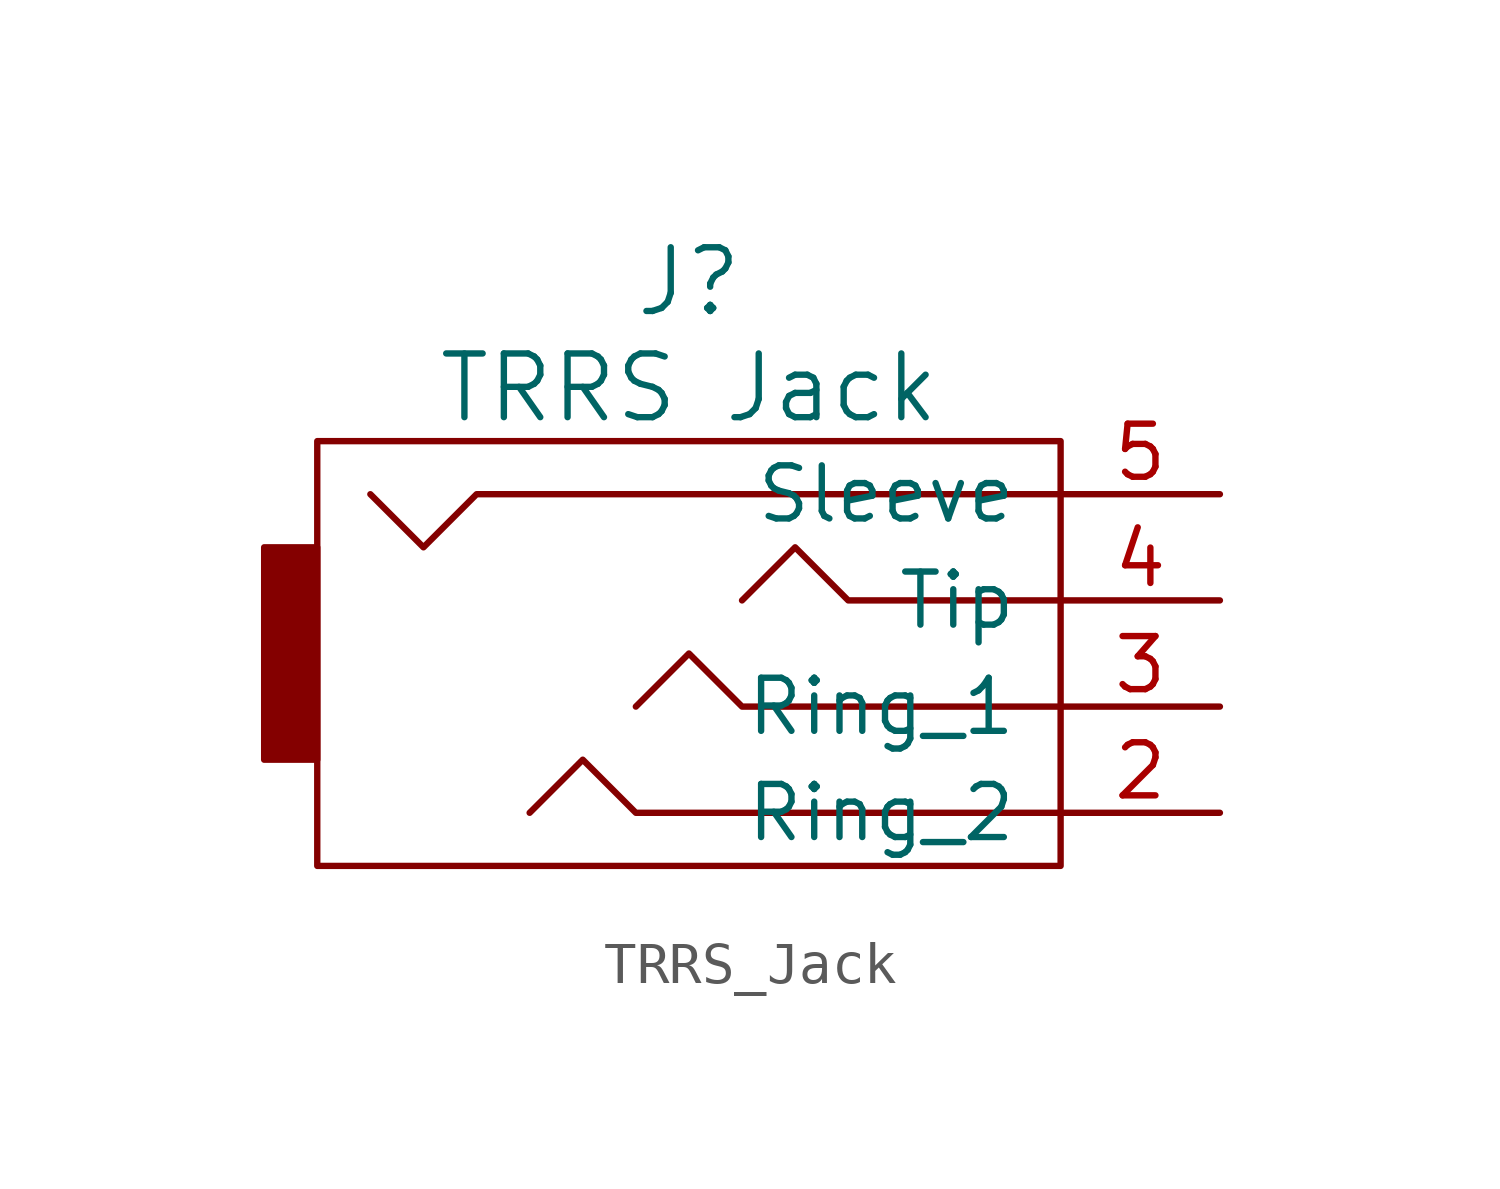
<source format=kicad_sym>
(kicad_symbol_lib
  (version 20220914)
  (generator kicad_symbol_editor)
  (symbol "TRRS_Jack"
    (pin_names
      (offset 1.016))
    (property "Reference" "J"
      (at 0 8.89 0)
      (effects (font (size 1.524 1.524))))
    (property "Value" "TRRS Jack"
      (at 0 6.35 0)
      (effects (font (size 1.524 1.524))))
    (property "Footprint" ""
      (at 1.27 0 0)
      (effects (font (size 1.524 1.524))))
    (property "Datasheet" ""
      (at 1.27 0 0)
      (effects (font (size 1.524 1.524))))
    (symbol "TRRS_Jack_0_1"
      (rectangle (start -10.16 2.54) (end -8.89 -2.54) (stroke (width 0) (type solid)) (fill (type outline)))
      (rectangle (start -8.89 5.08) (end 8.89 -5.08) (stroke (width 0) (type solid)) (fill (type none)))
      (polyline (pts (xy 8.89 -3.81) (xy -1.27 -3.81) (xy -2.54 -2.54) (xy -3.81 -3.81)) (stroke (width 0) (type default)) (fill (type none)))
      (polyline (pts (xy 8.89 -1.27) (xy 1.27 -1.27) (xy 0 0) (xy -1.27 -1.27)) (stroke (width 0) (type default)) (fill (type none)))
      (polyline (pts (xy 8.89 1.27) (xy 3.81 1.27) (xy 2.54 2.54) (xy 1.27 1.27)) (stroke (width 0) (type default)) (fill (type none)))
      (polyline (pts (xy 8.89 3.81) (xy -5.08 3.81) (xy -6.35 2.54) (xy -7.62 3.81) (xy -7.62 3.81)) (stroke (width 0) (type solid)) (fill (type none))))
    (symbol "TRRS_Jack_1_1"
      (pin passive line (at 12.7 -3.81 180) (length 3.81) (name "Ring_2" (effects (font (size 1.27 1.27)))) (number "2" (effects (font (size 1.27 1.27)))))
      (pin passive line (at 12.7 -1.27 180) (length 3.81) (name "Ring_1" (effects (font (size 1.27 1.27)))) (number "3" (effects (font (size 1.27 1.27)))))
      (pin passive line (at 12.7 1.27 180) (length 3.81) (name "Tip" (effects (font (size 1.27 1.27)))) (number "4" (effects (font (size 1.27 1.27)))))
      (pin passive line (at 12.7 3.81 180) (length 3.81) (name "Sleeve" (effects (font (size 1.27 1.27)))) (number "5" (effects (font (size 1.27 1.27))))))))
</source>
